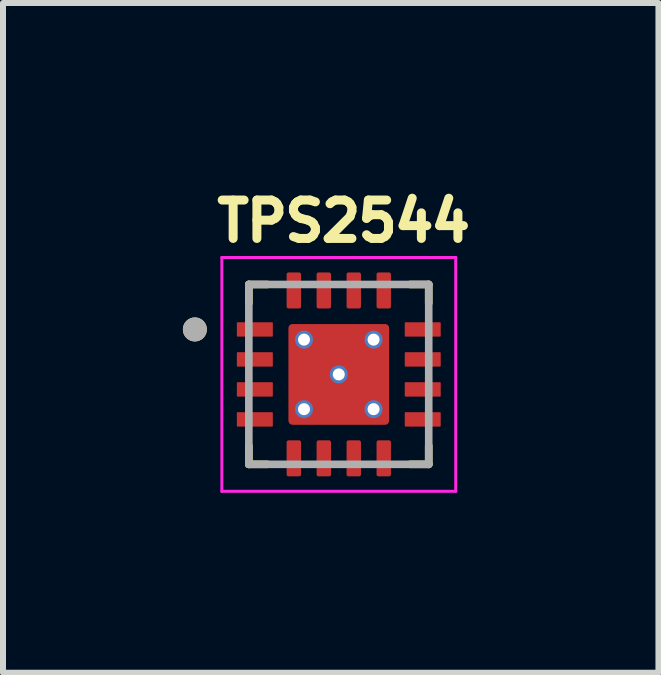
<source format=kicad_pcb>
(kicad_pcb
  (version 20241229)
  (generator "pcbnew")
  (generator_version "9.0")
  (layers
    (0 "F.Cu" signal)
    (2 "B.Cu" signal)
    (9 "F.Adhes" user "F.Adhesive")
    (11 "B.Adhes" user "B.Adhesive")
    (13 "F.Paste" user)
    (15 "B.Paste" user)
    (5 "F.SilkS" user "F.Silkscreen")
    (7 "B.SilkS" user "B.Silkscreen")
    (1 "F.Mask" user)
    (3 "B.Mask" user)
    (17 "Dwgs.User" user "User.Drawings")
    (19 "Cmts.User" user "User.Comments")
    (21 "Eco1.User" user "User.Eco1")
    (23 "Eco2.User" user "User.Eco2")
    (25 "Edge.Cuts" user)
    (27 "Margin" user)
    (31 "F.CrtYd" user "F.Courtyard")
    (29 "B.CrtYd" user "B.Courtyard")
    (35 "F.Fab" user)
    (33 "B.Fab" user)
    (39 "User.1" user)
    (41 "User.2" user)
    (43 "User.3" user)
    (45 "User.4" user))
  (footprint "TPS2544"
    (layer "F.Cu")
    (at 2.6 3.194)
    (property "Reference" "TPS2544" (at 0.082 -2.556 0) (layer "F.SilkS") (effects (font (size 0.64 0.64) (thickness 0.15))))
    (attr smd)
    (fp_line (start -1.5 -1.19) (end -1.5 -1.5) (stroke (width 0.127) (type solid)) (layer "F.SilkS"))
    (fp_line (start -1.5 1.5) (end -1.5 1.19) (stroke (width 0.127) (type solid)) (layer "F.SilkS"))
    (fp_line (start -1.19 -1.5) (end -1.5 -1.5) (stroke (width 0.127) (type solid)) (layer "F.SilkS"))
    (fp_line (start -1.19 1.5) (end -1.5 1.5) (stroke (width 0.127) (type solid)) (layer "F.SilkS"))
    (fp_line (start 1.5 -1.5) (end 1.19 -1.5) (stroke (width 0.127) (type solid)) (layer "F.SilkS"))
    (fp_line (start 1.5 -1.19) (end 1.5 -1.5) (stroke (width 0.127) (type solid)) (layer "F.SilkS"))
    (fp_line (start 1.5 1.5) (end 1.19 1.5) (stroke (width 0.127) (type solid)) (layer "F.SilkS"))
    (fp_line (start 1.5 1.5) (end 1.5 1.19) (stroke (width 0.127) (type solid)) (layer "F.SilkS"))
    (fp_circle (center -2.4 -0.75) (end -2.3 -0.75) (stroke (width 0.2) (type solid)) (fill no) (layer "F.SilkS"))
    (fp_poly (pts (xy -0.775 0.725) (xy -0.775 -0.725) (xy -0.775 -0.728) (xy -0.775 -0.73) (xy -0.774 -0.733) (xy -0.774 -0.735) (xy -0.773 -0.738) (xy -0.773 -0.74) (xy -0.772 -0.743) (xy -0.771 -0.745) (xy -0.77 -0.748) (xy -0.768 -0.75) (xy -0.767 -0.752) (xy -0.765 -0.754) (xy -0.764 -0.756) (xy -0.762 -0.758) (xy -0.76 -0.76) (xy -0.758 -0.762) (xy -0.756 -0.764) (xy -0.754 -0.765) (xy -0.752 -0.767) (xy -0.75 -0.768) (xy -0.748 -0.77) (xy -0.745 -0.771) (xy -0.743 -0.772) (xy -0.74 -0.773) (xy -0.738 -0.773) (xy -0.735 -0.774) (xy -0.733 -0.774) (xy -0.73 -0.775) (xy -0.728 -0.775) (xy -0.725 -0.775) (xy 0.725 -0.775) (xy 0.728 -0.775) (xy 0.73 -0.775) (xy 0.733 -0.774) (xy 0.735 -0.774) (xy 0.738 -0.773) (xy 0.74 -0.773) (xy 0.743 -0.772) (xy 0.745 -0.771) (xy 0.748 -0.77) (xy 0.75 -0.768) (xy 0.752 -0.767) (xy 0.754 -0.765) (xy 0.756 -0.764) (xy 0.758 -0.762) (xy 0.76 -0.76) (xy 0.762 -0.758) (xy 0.764 -0.756) (xy 0.765 -0.754) (xy 0.767 -0.752) (xy 0.768 -0.75) (xy 0.77 -0.748) (xy 0.771 -0.745) (xy 0.772 -0.743) (xy 0.773 -0.74) (xy 0.773 -0.738) (xy 0.774 -0.735) (xy 0.774 -0.733) (xy 0.775 -0.73) (xy 0.775 -0.728) (xy 0.775 -0.725) (xy 0.775 0.725) (xy 0.775 0.728) (xy 0.775 0.73) (xy 0.774 0.733) (xy 0.774 0.735) (xy 0.773 0.738) (xy 0.773 0.74) (xy 0.772 0.743) (xy 0.771 0.745) (xy 0.77 0.748) (xy 0.768 0.75) (xy 0.767 0.752) (xy 0.765 0.754) (xy 0.764 0.756) (xy 0.762 0.758) (xy 0.76 0.76) (xy 0.758 0.762) (xy 0.756 0.764) (xy 0.754 0.765) (xy 0.752 0.767) (xy 0.75 0.768) (xy 0.748 0.77) (xy 0.745 0.771) (xy 0.743 0.772) (xy 0.74 0.773) (xy 0.738 0.773) (xy 0.735 0.774) (xy 0.733 0.774) (xy 0.73 0.775) (xy 0.728 0.775) (xy 0.725 0.775) (xy -0.725 0.775) (xy -0.728 0.775) (xy -0.73 0.775) (xy -0.733 0.774) (xy -0.735 0.774) (xy -0.738 0.773) (xy -0.74 0.773) (xy -0.743 0.772) (xy -0.745 0.771) (xy -0.748 0.77) (xy -0.75 0.768) (xy -0.752 0.767) (xy -0.754 0.765) (xy -0.756 0.764) (xy -0.758 0.762) (xy -0.76 0.76) (xy -0.762 0.758) (xy -0.764 0.756) (xy -0.765 0.754) (xy -0.767 0.752) (xy -0.768 0.75) (xy -0.77 0.748) (xy -0.771 0.745) (xy -0.772 0.743) (xy -0.773 0.74) (xy -0.773 0.738) (xy -0.774 0.735) (xy -0.774 0.733) (xy -0.775 0.73) (xy -0.775 0.728) (xy -0.775 0.725)) (stroke (width 0.01) (type solid)) (fill yes) (layer "F.Paste"))
    (fp_line (start -1.95 -1.95) (end -1.95 1.95) (stroke (width 0.05) (type solid)) (layer "F.CrtYd"))
    (fp_line (start -1.95 1.95) (end 1.95 1.95) (stroke (width 0.05) (type solid)) (layer "F.CrtYd"))
    (fp_line (start 1.95 -1.95) (end -1.95 -1.95) (stroke (width 0.05) (type solid)) (layer "F.CrtYd"))
    (fp_line (start 1.95 1.95) (end 1.95 -1.95) (stroke (width 0.05) (type solid)) (layer "F.CrtYd"))
    (fp_line (start -1.5 1.5) (end -1.5 -1.5) (stroke (width 0.127) (type solid)) (layer "F.Fab"))
    (fp_line (start 1.5 -1.5) (end -1.5 -1.5) (stroke (width 0.127) (type solid)) (layer "F.Fab"))
    (fp_line (start 1.5 1.5) (end -1.5 1.5) (stroke (width 0.127) (type solid)) (layer "F.Fab"))
    (fp_line (start 1.5 1.5) (end 1.5 -1.5) (stroke (width 0.127) (type solid)) (layer "F.Fab"))
    (fp_circle (center -2.4 -0.75) (end -2.3 -0.75) (stroke (width 0.2) (type solid)) (fill no) (layer "F.Fab"))
    (pad "1" smd roundrect (at -1.4 -0.75) (size 0.6 0.24) (layers "F.Cu" "F.Mask" "F.Paste") (roundrect_rratio 0.05))
    (pad "2" smd roundrect (at -1.4 -0.25) (size 0.6 0.24) (layers "F.Cu" "F.Mask" "F.Paste") (roundrect_rratio 0.05))
    (pad "3" smd roundrect (at -1.4 0.25) (size 0.6 0.24) (layers "F.Cu" "F.Mask" "F.Paste") (roundrect_rratio 0.05))
    (pad "4" smd roundrect (at -1.4 0.75) (size 0.6 0.24) (layers "F.Cu" "F.Mask" "F.Paste") (roundrect_rratio 0.05))
    (pad "5" smd roundrect (at -0.75 1.4) (size 0.24 0.6) (layers "F.Cu" "F.Mask" "F.Paste") (roundrect_rratio 0.13))
    (pad "6" smd roundrect (at -0.25 1.4) (size 0.24 0.6) (layers "F.Cu" "F.Mask" "F.Paste") (roundrect_rratio 0.13))
    (pad "7" smd roundrect (at 0.25 1.4) (size 0.24 0.6) (layers "F.Cu" "F.Mask" "F.Paste") (roundrect_rratio 0.13))
    (pad "8" smd roundrect (at 0.75 1.4) (size 0.24 0.6) (layers "F.Cu" "F.Mask" "F.Paste") (roundrect_rratio 0.13))
    (pad "9" smd roundrect (at 1.4 0.75) (size 0.6 0.24) (layers "F.Cu" "F.Mask" "F.Paste") (roundrect_rratio 0.05))
    (pad "10" smd roundrect (at 1.4 0.25) (size 0.6 0.24) (layers "F.Cu" "F.Mask" "F.Paste") (roundrect_rratio 0.05))
    (pad "11" smd roundrect (at 1.4 -0.25) (size 0.6 0.24) (layers "F.Cu" "F.Mask" "F.Paste") (roundrect_rratio 0.05))
    (pad "12" smd roundrect (at 1.4 -0.75) (size 0.6 0.24) (layers "F.Cu" "F.Mask" "F.Paste") (roundrect_rratio 0.05))
    (pad "13" smd roundrect (at 0.75 -1.4) (size 0.24 0.6) (layers "F.Cu" "F.Mask" "F.Paste") (roundrect_rratio 0.13))
    (pad "14" smd roundrect (at 0.25 -1.4) (size 0.24 0.6) (layers "F.Cu" "F.Mask" "F.Paste") (roundrect_rratio 0.13))
    (pad "15" smd roundrect (at -0.25 -1.4) (size 0.24 0.6) (layers "F.Cu" "F.Mask" "F.Paste") (roundrect_rratio 0.13))
    (pad "16" smd roundrect (at -0.75 -1.4) (size 0.24 0.6) (layers "F.Cu" "F.Mask" "F.Paste") (roundrect_rratio 0.13))
    (pad "17" thru_hole circle (at -0.58 -0.58) (size 0.3 0.3) (drill 0.2) (layers "*.Cu"))
    (pad "17" thru_hole circle (at -0.58 0.58) (size 0.3 0.3) (drill 0.2) (layers "*.Cu"))
    (pad "17" thru_hole circle (at 0 0) (size 0.3 0.3) (drill 0.2) (layers "*.Cu"))
    (pad "17" smd roundrect (at 0 0) (size 1.68 1.68) (layers "F.Cu" "F.Mask") (roundrect_rratio 0.04))
    (pad "17" thru_hole circle (at 0.58 -0.58) (size 0.3 0.3) (drill 0.2) (layers "*.Cu"))
    (pad "17" thru_hole circle (at 0.58 0.58) (size 0.3 0.3) (drill 0.2) (layers "*.Cu")))
  (gr_rect
    (start -3 -3)
    (end 7.931 8.169)
    (stroke (width 0.1) (type default))
    (fill no)
    (layer "Edge.Cuts")))
</source>
